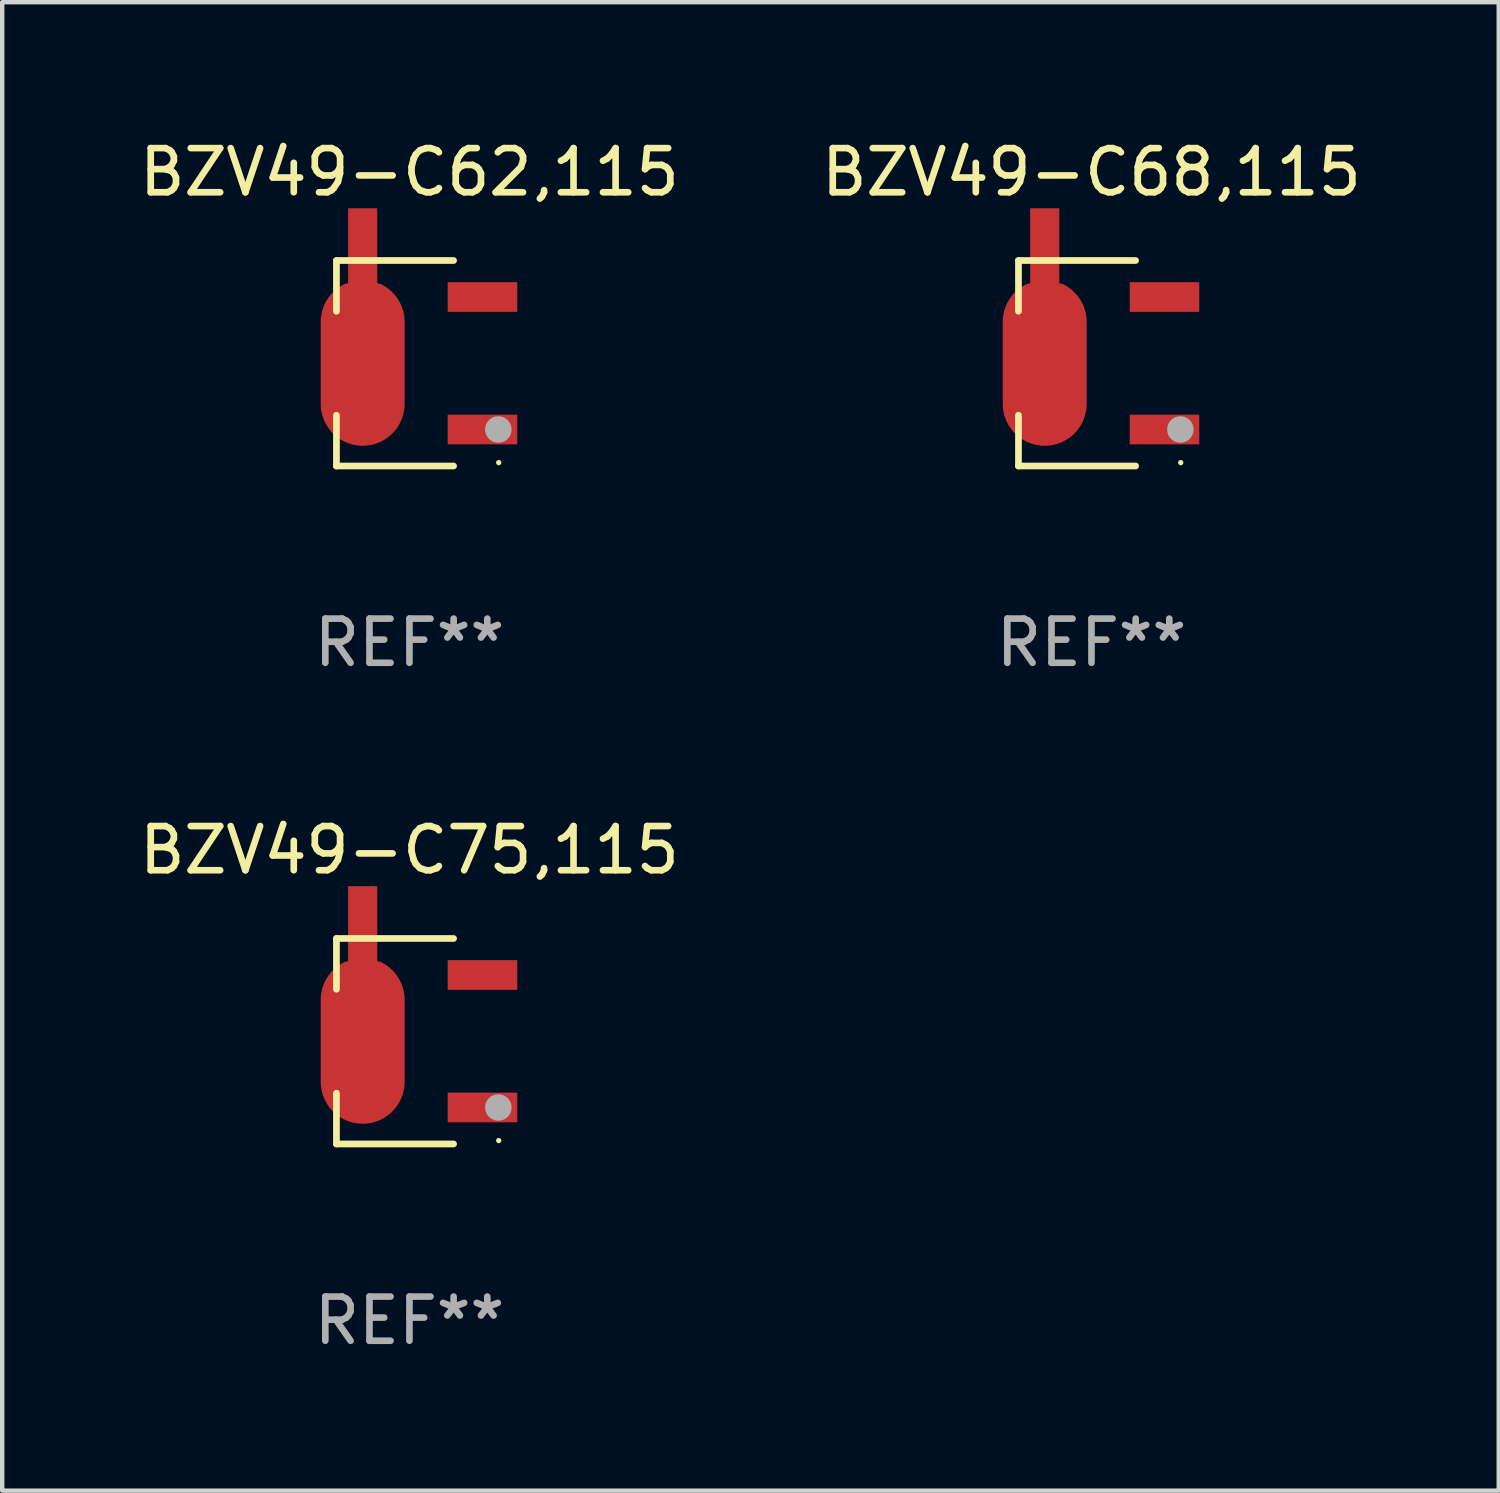
<source format=kicad_pcb>
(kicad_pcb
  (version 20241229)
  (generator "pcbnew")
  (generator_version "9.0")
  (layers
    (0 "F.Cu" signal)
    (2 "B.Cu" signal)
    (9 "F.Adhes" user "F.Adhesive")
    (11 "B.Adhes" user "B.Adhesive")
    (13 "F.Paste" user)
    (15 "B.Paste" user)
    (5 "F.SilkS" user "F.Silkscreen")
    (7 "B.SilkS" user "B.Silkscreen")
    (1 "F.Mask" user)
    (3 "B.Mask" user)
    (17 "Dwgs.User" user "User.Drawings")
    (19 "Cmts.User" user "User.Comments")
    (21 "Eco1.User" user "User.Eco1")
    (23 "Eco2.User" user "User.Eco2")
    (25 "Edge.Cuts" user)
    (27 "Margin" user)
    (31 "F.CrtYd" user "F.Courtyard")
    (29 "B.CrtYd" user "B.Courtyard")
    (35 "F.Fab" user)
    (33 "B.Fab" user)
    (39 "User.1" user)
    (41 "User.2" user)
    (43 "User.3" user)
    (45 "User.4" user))
  (footprint "BZV49-C68,115"
    (layer "F.Cu")
    (at 21.661 5.174)
    (property "Reference" "BZV49-C68,115" (at 0 -4.326 0) (layer "F.SilkS") (effects (font (size 1 1) (thickness 0.15))))
    (attr through_hole)
    (fp_line (start -1.653 -2.326) (end -1.653 -1.177) (stroke (width 0.152) (type solid)) (layer "F.SilkS"))
    (fp_line (start -1.653 2.326) (end -1.653 1.177) (stroke (width 0.152) (type solid)) (layer "F.SilkS"))
    (fp_line (start 0.999 -2.326) (end -1.653 -2.326) (stroke (width 0.152) (type solid)) (layer "F.SilkS"))
    (fp_line (start 0.999 2.326) (end -1.653 2.326) (stroke (width 0.152) (type solid)) (layer "F.SilkS"))
    (fp_circle (center 2.021 2.25) (end 2.051 2.25) (stroke (width 0.06) (type solid)) (fill no) (layer "F.SilkS"))
    (fp_circle (center 2.012 1.5) (end 2.162 1.5) (stroke (width 0.3) (type solid)) (fill no) (layer "F.Fab"))
    (fp_text user "REF**" (at 0 6.326 0) (layer "F.Fab") (effects (font (size 1 1) (thickness 0.15))))
    (pad "1" smd rect (at 1.653 1.5) (size 1.575 0.672) (layers "F.Cu" "F.Mask" "F.Paste"))
    (pad "2" smd custom (at -1.059 -0.009 90) (size 1.9 5.377) (layers "F.Cu" "F.Mask" "F.Paste") (options (anchor circle)) (primitives (gr_poly (pts (xy -0.927 -0.95) (xy 0.927 -0.95) (xy 0.972 -0.949) (xy 1.016 -0.946) (xy 1.06 -0.941) (xy 1.104 -0.933) (xy 1.148 -0.924) (xy 1.191 -0.913) (xy 1.233 -0.899) (xy 1.275 -0.884) (xy 1.316 -0.867) (xy 1.357 -0.848) (xy 1.396 -0.826) (xy 1.434 -0.804) (xy 1.471 -0.779) (xy 1.507 -0.753) (xy 1.542 -0.725) (xy 1.575 -0.695) (xy 1.607 -0.664) (xy 1.637 -0.631) (xy 1.666 -0.597) (xy 1.693 -0.562) (xy 1.719 -0.526) (xy 1.742 -0.488) (xy 1.764 -0.449) (xy 1.785 -0.409) (xy 1.803 -0.33) (xy 3.5 -0.33) (xy 3.5 0.33) (xy 1.803 0.33) (xy 1.785 0.409) (xy 1.764 0.449) (xy 1.742 0.488) (xy 1.719 0.525) (xy 1.693 0.562) (xy 1.666 0.597) (xy 1.637 0.631) (xy 1.607 0.664) (xy 1.575 0.695) (xy 1.542 0.725) (xy 1.507 0.753) (xy 1.471 0.779) (xy 1.434 0.803) (xy 1.396 0.826) (xy 1.357 0.847) (xy 1.316 0.867) (xy 1.275 0.884) (xy 1.233 0.899) (xy 1.191 0.913) (xy 1.148 0.924) (xy 1.104 0.933) (xy 1.06 0.941) (xy 1.016 0.946) (xy 0.972 0.949) (xy 0.927 0.95) (xy -0.927 0.95) (xy -0.972 0.949) (xy -1.016 0.946) (xy -1.06 0.941) (xy -1.104 0.933) (xy -1.148 0.924) (xy -1.191 0.913) (xy -1.233 0.899) (xy -1.275 0.884) (xy -1.316 0.867) (xy -1.356 0.847) (xy -1.396 0.826) (xy -1.434 0.803) (xy -1.471 0.779) (xy -1.507 0.753) (xy -1.541 0.725) (xy -1.575 0.695) (xy -1.607 0.664) (xy -1.637 0.631) (xy -1.666 0.597) (xy -1.693 0.562) (xy -1.718 0.525) (xy -1.742 0.488) (xy -1.764 0.449) (xy -1.784 0.409) (xy -1.803 0.369) (xy -1.819 0.327) (xy -1.833 0.285) (xy -1.846 0.242) (xy -1.856 0.199) (xy -1.864 0.155) (xy -1.87 0.111) (xy -1.875 0.067) (xy -1.877 0.022) (xy -1.877 -0.022) (xy -1.875 -0.067) (xy -1.87 -0.111) (xy -1.864 -0.155) (xy -1.856 -0.199) (xy -1.846 -0.242) (xy -1.833 -0.285) (xy -1.819 -0.327) (xy -1.803 -0.369) (xy -1.784 -0.409) (xy -1.764 -0.449) (xy -1.742 -0.488) (xy -1.718 -0.526) (xy -1.693 -0.562) (xy -1.666 -0.597) (xy -1.637 -0.631) (xy -1.607 -0.664) (xy -1.575 -0.695) (xy -1.541 -0.725) (xy -1.507 -0.753) (xy -1.471 -0.779) (xy -1.434 -0.804) (xy -1.396 -0.826) (xy -1.356 -0.848) (xy -1.316 -0.867) (xy -1.275 -0.884) (xy -1.233 -0.899) (xy -1.191 -0.913) (xy -1.148 -0.924) (xy -1.104 -0.933) (xy -1.06 -0.941) (xy -1.016 -0.946) (xy -0.972 -0.949) (xy -0.927 -0.95)) (width 0) (fill yes))))
    (pad "3" smd rect (at 1.653 -1.5) (size 1.575 0.672) (layers "F.Cu" "F.Mask" "F.Paste")))
  (footprint "BZV49-C75,115"
    (layer "F.Cu")
    (at 6.22 20.523)
    (property "Reference" "BZV49-C75,115" (at 0 -4.326 0) (layer "F.SilkS") (effects (font (size 1 1) (thickness 0.15))))
    (attr through_hole)
    (fp_line (start -1.653 -2.326) (end -1.653 -1.177) (stroke (width 0.152) (type solid)) (layer "F.SilkS"))
    (fp_line (start -1.653 2.326) (end -1.653 1.177) (stroke (width 0.152) (type solid)) (layer "F.SilkS"))
    (fp_line (start 0.999 -2.326) (end -1.653 -2.326) (stroke (width 0.152) (type solid)) (layer "F.SilkS"))
    (fp_line (start 0.999 2.326) (end -1.653 2.326) (stroke (width 0.152) (type solid)) (layer "F.SilkS"))
    (fp_circle (center 2.021 2.25) (end 2.051 2.25) (stroke (width 0.06) (type solid)) (fill no) (layer "F.SilkS"))
    (fp_circle (center 2.012 1.5) (end 2.162 1.5) (stroke (width 0.3) (type solid)) (fill no) (layer "F.Fab"))
    (fp_text user "REF**" (at 0 6.326 0) (layer "F.Fab") (effects (font (size 1 1) (thickness 0.15))))
    (pad "1" smd rect (at 1.653 1.5) (size 1.575 0.672) (layers "F.Cu" "F.Mask" "F.Paste"))
    (pad "2" smd custom (at -1.059 -0.009 90) (size 1.9 5.377) (layers "F.Cu" "F.Mask" "F.Paste") (options (anchor circle)) (primitives (gr_poly (pts (xy -0.927 -0.95) (xy 0.927 -0.95) (xy 0.972 -0.949) (xy 1.016 -0.946) (xy 1.06 -0.941) (xy 1.104 -0.933) (xy 1.148 -0.924) (xy 1.191 -0.913) (xy 1.233 -0.899) (xy 1.275 -0.884) (xy 1.316 -0.867) (xy 1.357 -0.848) (xy 1.396 -0.826) (xy 1.434 -0.804) (xy 1.471 -0.779) (xy 1.507 -0.753) (xy 1.542 -0.725) (xy 1.575 -0.695) (xy 1.607 -0.664) (xy 1.637 -0.631) (xy 1.666 -0.597) (xy 1.693 -0.562) (xy 1.719 -0.526) (xy 1.742 -0.488) (xy 1.764 -0.449) (xy 1.785 -0.409) (xy 1.803 -0.33) (xy 3.5 -0.33) (xy 3.5 0.33) (xy 1.803 0.33) (xy 1.785 0.409) (xy 1.764 0.449) (xy 1.742 0.488) (xy 1.719 0.525) (xy 1.693 0.562) (xy 1.666 0.597) (xy 1.637 0.631) (xy 1.607 0.664) (xy 1.575 0.695) (xy 1.542 0.725) (xy 1.507 0.753) (xy 1.471 0.779) (xy 1.434 0.803) (xy 1.396 0.826) (xy 1.357 0.847) (xy 1.316 0.867) (xy 1.275 0.884) (xy 1.233 0.899) (xy 1.191 0.913) (xy 1.148 0.924) (xy 1.104 0.933) (xy 1.06 0.941) (xy 1.016 0.946) (xy 0.972 0.949) (xy 0.927 0.95) (xy -0.927 0.95) (xy -0.972 0.949) (xy -1.016 0.946) (xy -1.06 0.941) (xy -1.104 0.933) (xy -1.148 0.924) (xy -1.191 0.913) (xy -1.233 0.899) (xy -1.275 0.884) (xy -1.316 0.867) (xy -1.356 0.847) (xy -1.396 0.826) (xy -1.434 0.803) (xy -1.471 0.779) (xy -1.507 0.753) (xy -1.541 0.725) (xy -1.575 0.695) (xy -1.607 0.664) (xy -1.637 0.631) (xy -1.666 0.597) (xy -1.693 0.562) (xy -1.718 0.525) (xy -1.742 0.488) (xy -1.764 0.449) (xy -1.784 0.409) (xy -1.803 0.369) (xy -1.819 0.327) (xy -1.833 0.285) (xy -1.846 0.242) (xy -1.856 0.199) (xy -1.864 0.155) (xy -1.87 0.111) (xy -1.875 0.067) (xy -1.877 0.022) (xy -1.877 -0.022) (xy -1.875 -0.067) (xy -1.87 -0.111) (xy -1.864 -0.155) (xy -1.856 -0.199) (xy -1.846 -0.242) (xy -1.833 -0.285) (xy -1.819 -0.327) (xy -1.803 -0.369) (xy -1.784 -0.409) (xy -1.764 -0.449) (xy -1.742 -0.488) (xy -1.718 -0.526) (xy -1.693 -0.562) (xy -1.666 -0.597) (xy -1.637 -0.631) (xy -1.607 -0.664) (xy -1.575 -0.695) (xy -1.541 -0.725) (xy -1.507 -0.753) (xy -1.471 -0.779) (xy -1.434 -0.804) (xy -1.396 -0.826) (xy -1.356 -0.848) (xy -1.316 -0.867) (xy -1.275 -0.884) (xy -1.233 -0.899) (xy -1.191 -0.913) (xy -1.148 -0.924) (xy -1.104 -0.933) (xy -1.06 -0.941) (xy -1.016 -0.946) (xy -0.972 -0.949) (xy -0.927 -0.95)) (width 0) (fill yes))))
    (pad "3" smd rect (at 1.653 -1.5) (size 1.575 0.672) (layers "F.Cu" "F.Mask" "F.Paste")))
  (footprint "BZV49-C62,115"
    (layer "F.Cu")
    (at 6.22 5.174)
    (property "Reference" "BZV49-C62,115" (at 0 -4.326 0) (layer "F.SilkS") (effects (font (size 1 1) (thickness 0.15))))
    (attr through_hole)
    (fp_line (start -1.653 -2.326) (end -1.653 -1.177) (stroke (width 0.152) (type solid)) (layer "F.SilkS"))
    (fp_line (start -1.653 2.326) (end -1.653 1.177) (stroke (width 0.152) (type solid)) (layer "F.SilkS"))
    (fp_line (start 0.999 -2.326) (end -1.653 -2.326) (stroke (width 0.152) (type solid)) (layer "F.SilkS"))
    (fp_line (start 0.999 2.326) (end -1.653 2.326) (stroke (width 0.152) (type solid)) (layer "F.SilkS"))
    (fp_circle (center 2.021 2.25) (end 2.051 2.25) (stroke (width 0.06) (type solid)) (fill no) (layer "F.SilkS"))
    (fp_circle (center 2.012 1.5) (end 2.162 1.5) (stroke (width 0.3) (type solid)) (fill no) (layer "F.Fab"))
    (fp_text user "REF**" (at 0 6.326 0) (layer "F.Fab") (effects (font (size 1 1) (thickness 0.15))))
    (pad "1" smd rect (at 1.653 1.5) (size 1.575 0.672) (layers "F.Cu" "F.Mask" "F.Paste"))
    (pad "2" smd custom (at -1.059 -0.009 90) (size 1.9 5.377) (layers "F.Cu" "F.Mask" "F.Paste") (options (anchor circle)) (primitives (gr_poly (pts (xy -0.927 -0.95) (xy 0.927 -0.95) (xy 0.972 -0.949) (xy 1.016 -0.946) (xy 1.06 -0.941) (xy 1.104 -0.933) (xy 1.148 -0.924) (xy 1.191 -0.913) (xy 1.233 -0.899) (xy 1.275 -0.884) (xy 1.316 -0.867) (xy 1.357 -0.848) (xy 1.396 -0.826) (xy 1.434 -0.804) (xy 1.471 -0.779) (xy 1.507 -0.753) (xy 1.542 -0.725) (xy 1.575 -0.695) (xy 1.607 -0.664) (xy 1.637 -0.631) (xy 1.666 -0.597) (xy 1.693 -0.562) (xy 1.719 -0.526) (xy 1.742 -0.488) (xy 1.764 -0.449) (xy 1.785 -0.409) (xy 1.803 -0.33) (xy 3.5 -0.33) (xy 3.5 0.33) (xy 1.803 0.33) (xy 1.785 0.409) (xy 1.764 0.449) (xy 1.742 0.488) (xy 1.719 0.525) (xy 1.693 0.562) (xy 1.666 0.597) (xy 1.637 0.631) (xy 1.607 0.664) (xy 1.575 0.695) (xy 1.542 0.725) (xy 1.507 0.753) (xy 1.471 0.779) (xy 1.434 0.803) (xy 1.396 0.826) (xy 1.357 0.847) (xy 1.316 0.867) (xy 1.275 0.884) (xy 1.233 0.899) (xy 1.191 0.913) (xy 1.148 0.924) (xy 1.104 0.933) (xy 1.06 0.941) (xy 1.016 0.946) (xy 0.972 0.949) (xy 0.927 0.95) (xy -0.927 0.95) (xy -0.972 0.949) (xy -1.016 0.946) (xy -1.06 0.941) (xy -1.104 0.933) (xy -1.148 0.924) (xy -1.191 0.913) (xy -1.233 0.899) (xy -1.275 0.884) (xy -1.316 0.867) (xy -1.356 0.847) (xy -1.396 0.826) (xy -1.434 0.803) (xy -1.471 0.779) (xy -1.507 0.753) (xy -1.541 0.725) (xy -1.575 0.695) (xy -1.607 0.664) (xy -1.637 0.631) (xy -1.666 0.597) (xy -1.693 0.562) (xy -1.718 0.525) (xy -1.742 0.488) (xy -1.764 0.449) (xy -1.784 0.409) (xy -1.803 0.369) (xy -1.819 0.327) (xy -1.833 0.285) (xy -1.846 0.242) (xy -1.856 0.199) (xy -1.864 0.155) (xy -1.87 0.111) (xy -1.875 0.067) (xy -1.877 0.022) (xy -1.877 -0.022) (xy -1.875 -0.067) (xy -1.87 -0.111) (xy -1.864 -0.155) (xy -1.856 -0.199) (xy -1.846 -0.242) (xy -1.833 -0.285) (xy -1.819 -0.327) (xy -1.803 -0.369) (xy -1.784 -0.409) (xy -1.764 -0.449) (xy -1.742 -0.488) (xy -1.718 -0.526) (xy -1.693 -0.562) (xy -1.666 -0.597) (xy -1.637 -0.631) (xy -1.607 -0.664) (xy -1.575 -0.695) (xy -1.541 -0.725) (xy -1.507 -0.753) (xy -1.471 -0.779) (xy -1.434 -0.804) (xy -1.396 -0.826) (xy -1.356 -0.848) (xy -1.316 -0.867) (xy -1.275 -0.884) (xy -1.233 -0.899) (xy -1.191 -0.913) (xy -1.148 -0.924) (xy -1.104 -0.933) (xy -1.06 -0.941) (xy -1.016 -0.946) (xy -0.972 -0.949) (xy -0.927 -0.95)) (width 0) (fill yes))))
    (pad "3" smd rect (at 1.653 -1.5) (size 1.575 0.672) (layers "F.Cu" "F.Mask" "F.Paste")))
  (gr_rect
    (start -3 -3)
    (end 30.881 30.698)
    (stroke (width 0.1) (type default))
    (fill no)
    (layer "Edge.Cuts")))
</source>
